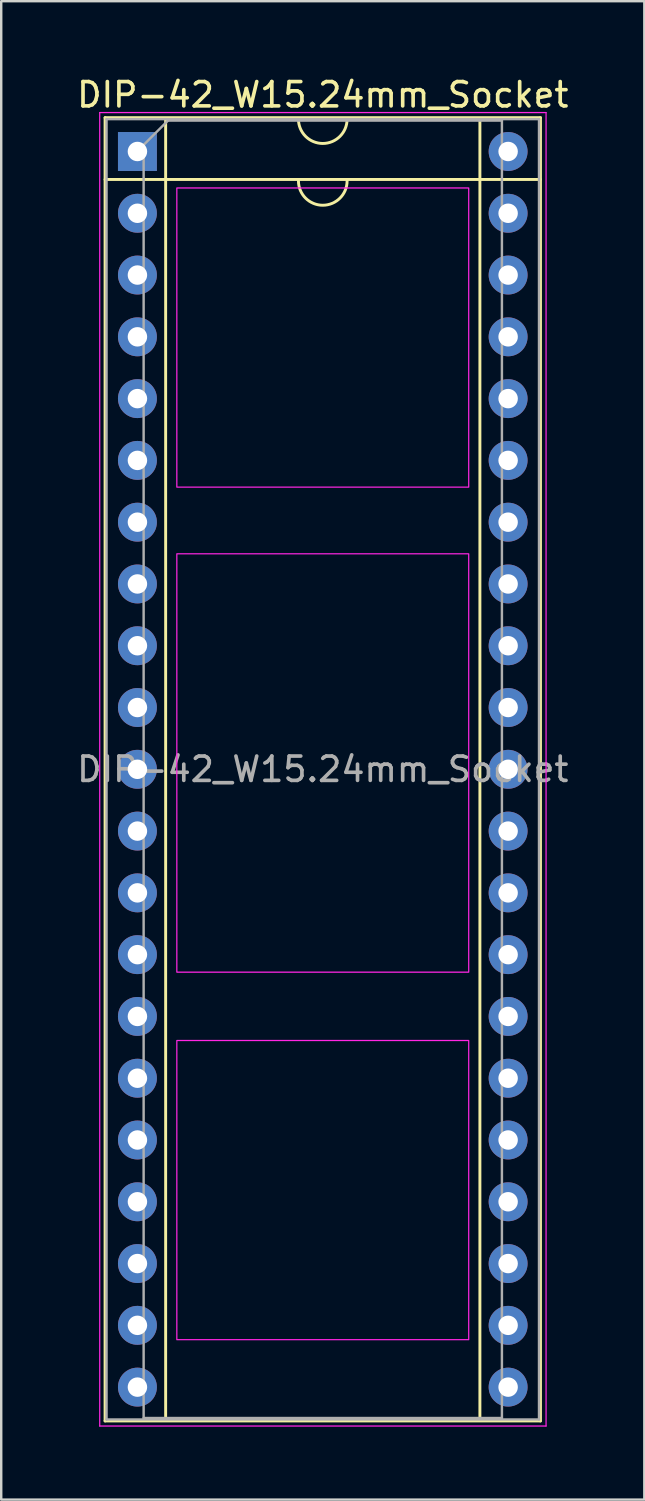
<source format=kicad_pcb>
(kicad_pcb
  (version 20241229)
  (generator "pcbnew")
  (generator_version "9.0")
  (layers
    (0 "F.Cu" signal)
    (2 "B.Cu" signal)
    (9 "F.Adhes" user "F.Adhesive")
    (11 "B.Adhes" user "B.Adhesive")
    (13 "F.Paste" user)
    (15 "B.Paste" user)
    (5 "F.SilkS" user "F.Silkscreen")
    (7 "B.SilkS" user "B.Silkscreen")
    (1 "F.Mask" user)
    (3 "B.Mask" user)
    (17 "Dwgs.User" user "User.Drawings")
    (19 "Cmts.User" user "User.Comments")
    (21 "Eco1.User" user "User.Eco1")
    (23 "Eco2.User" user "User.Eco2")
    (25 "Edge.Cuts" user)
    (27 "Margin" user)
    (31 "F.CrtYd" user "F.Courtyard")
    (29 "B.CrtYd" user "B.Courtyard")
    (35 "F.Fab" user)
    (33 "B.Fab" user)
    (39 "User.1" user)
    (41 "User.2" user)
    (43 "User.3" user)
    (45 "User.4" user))
  (footprint "DIP-42_W15.24mm_Socket"
    (layer "F.Cu")
    (at 2.6 3.178)
    (property "Reference" "DIP-42_W15.24mm_Socket" (at 7.62 -2.33 0) (layer "F.SilkS") (effects (font (size 1 1) (thickness 0.15))))
    (attr through_hole)
    (fp_line (start -1.33 -1.39) (end -1.33 52.19) (stroke (width 0.12) (type solid)) (layer "F.SilkS"))
    (fp_line (start -1.33 52.19) (end 16.57 52.19) (stroke (width 0.12) (type solid)) (layer "F.SilkS"))
    (fp_line (start 1.16 -1.33) (end 1.16 52.13) (stroke (width 0.12) (type solid)) (layer "F.SilkS"))
    (fp_line (start 1.16 52.13) (end 14.08 52.13) (stroke (width 0.12) (type solid)) (layer "F.SilkS"))
    (fp_line (start 6.62 -1.33) (end 1.16 -1.33) (stroke (width 0.12) (type solid)) (layer "F.SilkS"))
    (fp_line (start 14.08 -1.33) (end 8.62 -1.33) (stroke (width 0.12) (type solid)) (layer "F.SilkS"))
    (fp_line (start 14.08 52.13) (end 14.08 -1.33) (stroke (width 0.12) (type solid)) (layer "F.SilkS"))
    (fp_line (start 16.57 -1.39) (end -1.33 -1.39) (stroke (width 0.12) (type solid)) (layer "F.SilkS"))
    (fp_line (start 16.57 1.15) (end -1.33 1.15) (stroke (width 0.12) (type solid)) (layer "F.SilkS"))
    (fp_line (start 16.57 52.19) (end 16.57 -1.39) (stroke (width 0.12) (type solid)) (layer "F.SilkS"))
    (fp_arc (start 8.62 -1.33) (mid 7.62 -0.33) (end 6.62 -1.33) (stroke (width 0.12) (type solid)) (layer "F.SilkS"))
    (fp_arc (start 8.62 1.21) (mid 7.62 2.21) (end 6.62 1.21) (stroke (width 0.12) (type solid)) (layer "F.SilkS"))
    (fp_line (start -1.55 -1.6) (end -1.55 52.4) (stroke (width 0.05) (type solid)) (layer "F.CrtYd"))
    (fp_line (start -1.55 52.4) (end 16.8 52.4) (stroke (width 0.05) (type solid)) (layer "F.CrtYd"))
    (fp_line (start 16.8 -1.6) (end -1.55 -1.6) (stroke (width 0.05) (type solid)) (layer "F.CrtYd"))
    (fp_line (start 16.8 52.4) (end 16.8 -1.6) (stroke (width 0.05) (type solid)) (layer "F.CrtYd"))
    (fp_rect (start 1.62 13.8) (end 13.62 1.5) (stroke (width 0.05) (type default)) (fill no) (layer "F.CrtYd"))
    (fp_rect (start 1.62 33.74) (end 13.62 16.54) (stroke (width 0.05) (type default)) (fill no) (layer "F.CrtYd"))
    (fp_rect (start 1.62 48.85) (end 13.62 36.55) (stroke (width 0.05) (type default)) (fill no) (layer "F.CrtYd"))
    (fp_line (start -1.27 -1.33) (end -1.27 52.13) (stroke (width 0.1) (type solid)) (layer "F.Fab"))
    (fp_line (start -1.27 52.13) (end 16.51 52.13) (stroke (width 0.1) (type solid)) (layer "F.Fab"))
    (fp_line (start 0.255 -0.27) (end 1.255 -1.27) (stroke (width 0.1) (type solid)) (layer "F.Fab"))
    (fp_line (start 0.255 52.07) (end 0.255 -0.27) (stroke (width 0.1) (type solid)) (layer "F.Fab"))
    (fp_line (start 1.255 -1.27) (end 14.985 -1.27) (stroke (width 0.1) (type solid)) (layer "F.Fab"))
    (fp_line (start 14.985 -1.27) (end 14.985 52.07) (stroke (width 0.1) (type solid)) (layer "F.Fab"))
    (fp_line (start 14.985 52.07) (end 0.255 52.07) (stroke (width 0.1) (type solid)) (layer "F.Fab"))
    (fp_line (start 16.51 -1.33) (end -1.27 -1.33) (stroke (width 0.1) (type solid)) (layer "F.Fab"))
    (fp_line (start 16.51 52.13) (end 16.51 -1.33) (stroke (width 0.1) (type solid)) (layer "F.Fab"))
    (fp_text user "${REFERENCE}" (at 7.62 25.4 0) (layer "F.Fab") (effects (font (size 1 1) (thickness 0.15))))
    (pad "1" thru_hole rect (at 0 0) (size 1.6 1.6) (drill 0.8) (layers "*.Cu" "*.Mask"))
    (pad "2" thru_hole oval (at 0 2.54) (size 1.6 1.6) (drill 0.8) (layers "*.Cu" "*.Mask"))
    (pad "3" thru_hole oval (at 0 5.08) (size 1.6 1.6) (drill 0.8) (layers "*.Cu" "*.Mask"))
    (pad "4" thru_hole oval (at 0 7.62) (size 1.6 1.6) (drill 0.8) (layers "*.Cu" "*.Mask"))
    (pad "5" thru_hole oval (at 0 10.16) (size 1.6 1.6) (drill 0.8) (layers "*.Cu" "*.Mask"))
    (pad "6" thru_hole oval (at 0 12.7) (size 1.6 1.6) (drill 0.8) (layers "*.Cu" "*.Mask"))
    (pad "7" thru_hole oval (at 0 15.24) (size 1.6 1.6) (drill 0.8) (layers "*.Cu" "*.Mask"))
    (pad "8" thru_hole oval (at 0 17.78) (size 1.6 1.6) (drill 0.8) (layers "*.Cu" "*.Mask"))
    (pad "9" thru_hole oval (at 0 20.32) (size 1.6 1.6) (drill 0.8) (layers "*.Cu" "*.Mask"))
    (pad "10" thru_hole oval (at 0 22.86) (size 1.6 1.6) (drill 0.8) (layers "*.Cu" "*.Mask"))
    (pad "11" thru_hole oval (at 0 25.4) (size 1.6 1.6) (drill 0.8) (layers "*.Cu" "*.Mask"))
    (pad "12" thru_hole oval (at 0 27.94) (size 1.6 1.6) (drill 0.8) (layers "*.Cu" "*.Mask"))
    (pad "13" thru_hole oval (at 0 30.48) (size 1.6 1.6) (drill 0.8) (layers "*.Cu" "*.Mask"))
    (pad "14" thru_hole oval (at 0 33.02) (size 1.6 1.6) (drill 0.8) (layers "*.Cu" "*.Mask"))
    (pad "15" thru_hole oval (at 0 35.56) (size 1.6 1.6) (drill 0.8) (layers "*.Cu" "*.Mask"))
    (pad "16" thru_hole oval (at 0 38.1) (size 1.6 1.6) (drill 0.8) (layers "*.Cu" "*.Mask"))
    (pad "17" thru_hole oval (at 0 40.64) (size 1.6 1.6) (drill 0.8) (layers "*.Cu" "*.Mask"))
    (pad "18" thru_hole oval (at 0 43.18) (size 1.6 1.6) (drill 0.8) (layers "*.Cu" "*.Mask"))
    (pad "19" thru_hole oval (at 0 45.72) (size 1.6 1.6) (drill 0.8) (layers "*.Cu" "*.Mask"))
    (pad "20" thru_hole oval (at 0 48.26) (size 1.6 1.6) (drill 0.8) (layers "*.Cu" "*.Mask"))
    (pad "21" thru_hole oval (at 0 50.8) (size 1.6 1.6) (drill 0.8) (layers "*.Cu" "*.Mask"))
    (pad "22" thru_hole oval (at 15.24 50.8) (size 1.6 1.6) (drill 0.8) (layers "*.Cu" "*.Mask"))
    (pad "23" thru_hole oval (at 15.24 48.26) (size 1.6 1.6) (drill 0.8) (layers "*.Cu" "*.Mask"))
    (pad "24" thru_hole oval (at 15.24 45.72) (size 1.6 1.6) (drill 0.8) (layers "*.Cu" "*.Mask"))
    (pad "25" thru_hole oval (at 15.24 43.18) (size 1.6 1.6) (drill 0.8) (layers "*.Cu" "*.Mask"))
    (pad "26" thru_hole oval (at 15.24 40.64) (size 1.6 1.6) (drill 0.8) (layers "*.Cu" "*.Mask"))
    (pad "27" thru_hole oval (at 15.24 38.1) (size 1.6 1.6) (drill 0.8) (layers "*.Cu" "*.Mask"))
    (pad "28" thru_hole oval (at 15.24 35.56) (size 1.6 1.6) (drill 0.8) (layers "*.Cu" "*.Mask"))
    (pad "29" thru_hole oval (at 15.24 33.02) (size 1.6 1.6) (drill 0.8) (layers "*.Cu" "*.Mask"))
    (pad "30" thru_hole oval (at 15.24 30.48) (size 1.6 1.6) (drill 0.8) (layers "*.Cu" "*.Mask"))
    (pad "31" thru_hole oval (at 15.24 27.94) (size 1.6 1.6) (drill 0.8) (layers "*.Cu" "*.Mask"))
    (pad "32" thru_hole oval (at 15.24 25.4) (size 1.6 1.6) (drill 0.8) (layers "*.Cu" "*.Mask"))
    (pad "33" thru_hole oval (at 15.24 22.86) (size 1.6 1.6) (drill 0.8) (layers "*.Cu" "*.Mask"))
    (pad "34" thru_hole oval (at 15.24 20.32) (size 1.6 1.6) (drill 0.8) (layers "*.Cu" "*.Mask"))
    (pad "35" thru_hole oval (at 15.24 17.78) (size 1.6 1.6) (drill 0.8) (layers "*.Cu" "*.Mask"))
    (pad "36" thru_hole oval (at 15.24 15.24) (size 1.6 1.6) (drill 0.8) (layers "*.Cu" "*.Mask"))
    (pad "37" thru_hole oval (at 15.24 12.7) (size 1.6 1.6) (drill 0.8) (layers "*.Cu" "*.Mask"))
    (pad "38" thru_hole oval (at 15.24 10.16) (size 1.6 1.6) (drill 0.8) (layers "*.Cu" "*.Mask"))
    (pad "39" thru_hole oval (at 15.24 7.62) (size 1.6 1.6) (drill 0.8) (layers "*.Cu" "*.Mask"))
    (pad "40" thru_hole oval (at 15.24 5.08) (size 1.6 1.6) (drill 0.8) (layers "*.Cu" "*.Mask"))
    (pad "41" thru_hole oval (at 15.24 2.54) (size 1.6 1.6) (drill 0.8) (layers "*.Cu" "*.Mask"))
    (pad "42" thru_hole oval (at 15.24 0) (size 1.6 1.6) (drill 0.8) (layers "*.Cu" "*.Mask")))
  (gr_rect
    (start -3 -3)
    (end 23.44 58.603)
    (stroke (width 0.1) (type default))
    (fill no)
    (layer "Edge.Cuts")))
</source>
